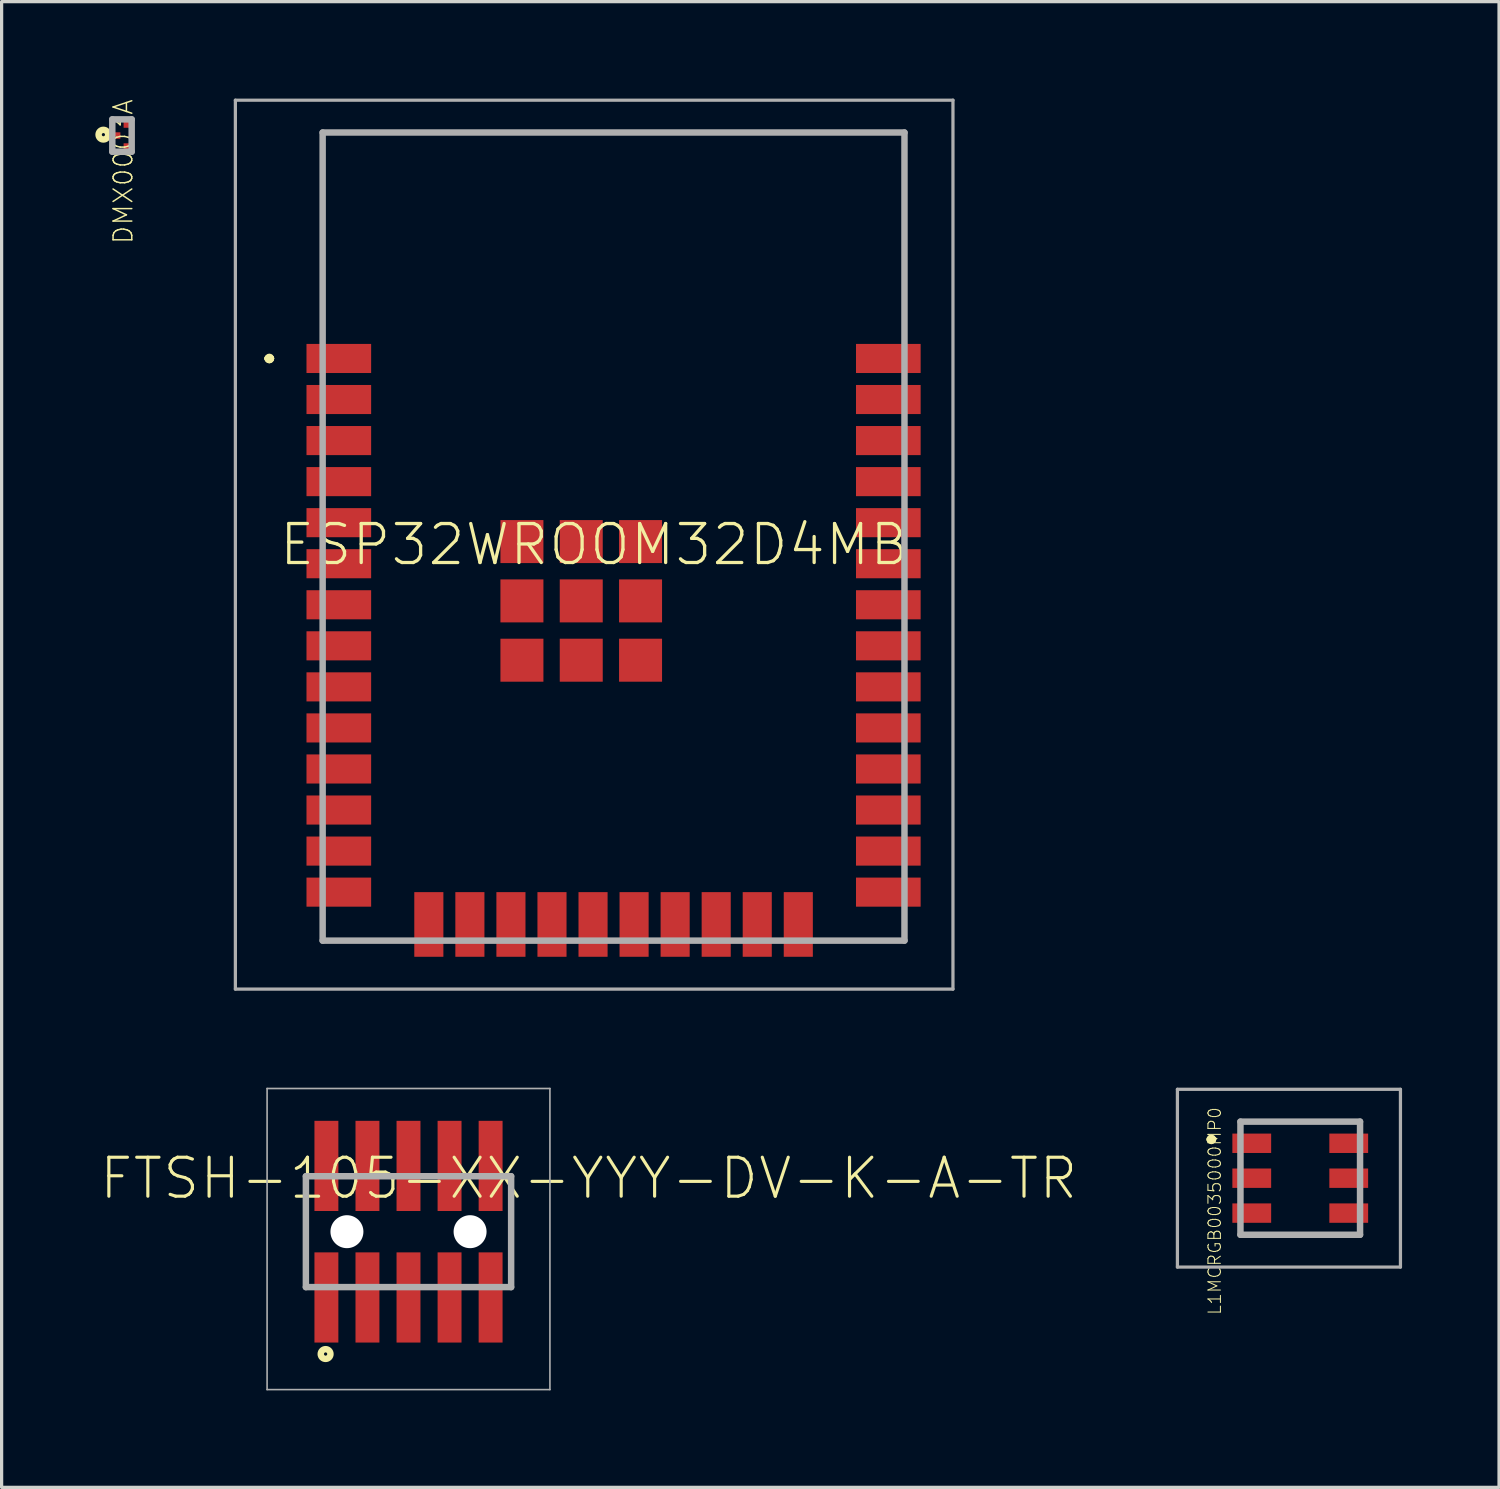
<source format=kicad_pcb>
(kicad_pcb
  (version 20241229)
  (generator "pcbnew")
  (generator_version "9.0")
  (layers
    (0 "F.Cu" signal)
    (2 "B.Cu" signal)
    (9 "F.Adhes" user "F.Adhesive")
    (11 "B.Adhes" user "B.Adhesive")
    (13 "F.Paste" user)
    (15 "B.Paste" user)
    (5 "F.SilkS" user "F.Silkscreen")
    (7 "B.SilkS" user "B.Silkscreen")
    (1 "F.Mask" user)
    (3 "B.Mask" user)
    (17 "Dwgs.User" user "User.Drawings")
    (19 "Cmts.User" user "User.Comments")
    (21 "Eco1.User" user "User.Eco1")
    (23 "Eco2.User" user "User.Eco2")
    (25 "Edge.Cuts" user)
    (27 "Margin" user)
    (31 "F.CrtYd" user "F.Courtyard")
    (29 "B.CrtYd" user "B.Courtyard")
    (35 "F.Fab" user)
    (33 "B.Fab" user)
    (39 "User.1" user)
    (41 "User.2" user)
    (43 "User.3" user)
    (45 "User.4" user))
  (footprint "L1MCRGB0035000MP0"
    (layer "F.Cu")
    (at 37.176 33.4)
    (property "Reference" "L1MCRGB0035000MP0" (at -2.647 1.016 90) (layer "F.SilkS") (effects (font (size 0.386 0.386) (thickness 0.031))))
    (attr through_hole)
    (fp_line (start -2.8 -1.2) (end -2.8 -1.2) (stroke (width 0.2) (type solid)) (layer "F.SilkS"))
    (fp_line (start -2.7 -1.2) (end -2.7 -1.2) (stroke (width 0.2) (type solid)) (layer "F.SilkS"))
    (fp_line (start -1.5 -1.75) (end 1.5 -1.75) (stroke (width 0.1) (type solid)) (layer "F.SilkS"))
    (fp_line (start -1.5 1.75) (end 1.8 1.75) (stroke (width 0.1) (type solid)) (layer "F.SilkS"))
    (fp_arc (start -2.8 -1.2) (mid -2.75 -1.25) (end -2.7 -1.2) (stroke (width 0.2) (type solid)) (layer "F.SilkS"))
    (fp_arc (start -2.7 -1.2) (mid -2.75 -1.15) (end -2.8 -1.2) (stroke (width 0.2) (type solid)) (layer "F.SilkS"))
    (fp_line (start -3.8 -2.75) (end 3.1 -2.75) (stroke (width 0.1) (type solid)) (layer "F.Fab"))
    (fp_line (start -3.8 2.75) (end -3.8 -2.75) (stroke (width 0.1) (type solid)) (layer "F.Fab"))
    (fp_line (start -1.85 -1.75) (end 1.85 -1.75) (stroke (width 0.2) (type solid)) (layer "F.Fab"))
    (fp_line (start -1.85 1.75) (end -1.85 -1.75) (stroke (width 0.2) (type solid)) (layer "F.Fab"))
    (fp_line (start 1.85 -1.75) (end 1.85 1.75) (stroke (width 0.2) (type solid)) (layer "F.Fab"))
    (fp_line (start 1.85 1.75) (end -1.85 1.75) (stroke (width 0.2) (type solid)) (layer "F.Fab"))
    (fp_line (start 3.1 -2.75) (end 3.1 2.75) (stroke (width 0.1) (type solid)) (layer "F.Fab"))
    (fp_line (start 3.1 2.75) (end -3.8 2.75) (stroke (width 0.1) (type solid)) (layer "F.Fab"))
    (pad "1" smd rect (at -1.5 -1.08) (size 1.2 0.6) (layers "F.Cu" "F.Mask" "F.Paste"))
    (pad "2" smd rect (at 1.5 -1.08) (size 1.2 0.6) (layers "F.Cu" "F.Mask" "F.Paste"))
    (pad "3" smd rect (at -1.5 0) (size 1.2 0.6) (layers "F.Cu" "F.Mask" "F.Paste"))
    (pad "4" smd rect (at 1.5 0) (size 1.2 0.6) (layers "F.Cu" "F.Mask" "F.Paste"))
    (pad "5" smd rect (at -1.5 1.08) (size 1.2 0.6) (layers "F.Cu" "F.Mask" "F.Paste"))
    (pad "6" smd rect (at 1.5 1.08) (size 1.2 0.6) (layers "F.Cu" "F.Mask" "F.Paste")))
  (footprint "DMX0003A"
    (layer "F.Cu")
    (at 0.724 1.143)
    (property "Reference" "DMX0003A" (at 0.037 1.116 270) (layer "F.SilkS") (effects (font (size 0.579 0.579) (thickness 0.046))))
    (attr through_hole)
    (fp_circle (center -0.575 -0.027) (end -0.526 -0.027) (stroke (width 0.2) (type solid)) (fill no) (layer "F.SilkS"))
    (fp_line (start -0.3 -0.5) (end 0.3 -0.5) (stroke (width 0.2) (type solid)) (layer "F.Fab"))
    (fp_line (start -0.3 0.5) (end -0.3 -0.5) (stroke (width 0.2) (type solid)) (layer "F.Fab"))
    (fp_line (start 0.3 -0.5) (end 0.3 0.5) (stroke (width 0.2) (type solid)) (layer "F.Fab"))
    (fp_line (start 0.3 0.5) (end -0.3 0.5) (stroke (width 0.2) (type solid)) (layer "F.Fab"))
    (pad "1" smd rect (at -0.15 0) (size 0.2 0.2) (layers "F.Cu" "F.Mask" "F.Paste"))
    (pad "2" smd rect (at 0.15 0.34) (size 0.2 0.2) (layers "F.Cu" "F.Mask" "F.Paste"))
    (pad "3" smd rect (at 0.15 -0.34) (size 0.2 0.2) (layers "F.Cu" "F.Mask" "F.Paste")))
  (footprint "FTSH-105-XX-YYY-DV-K-A-TR"
    (layer "F.Cu")
    (at 9.588 35.055)
    (property "Reference" "FTSH-105-XX-YYY-DV-K-A-TR" (at 5.575 -1.651 0) (layer "F.SilkS") (effects (font (size 1.206 1.206) (thickness 0.097))))
    (attr through_hole)
    (fp_line (start -3.175 1.715) (end -3.175 -1.715) (stroke (width 0.1) (type solid)) (layer "F.SilkS"))
    (fp_line (start 3.175 -1.715) (end 3.175 1.715) (stroke (width 0.1) (type solid)) (layer "F.SilkS"))
    (fp_circle (center -2.565 3.785) (end -2.515 3.785) (stroke (width 0.2) (type solid)) (fill no) (layer "F.SilkS"))
    (fp_line (start -4.375 -4.43) (end 4.375 -4.43) (stroke (width 0.05) (type solid)) (layer "F.Fab"))
    (fp_line (start -4.375 4.885) (end -4.375 -4.43) (stroke (width 0.05) (type solid)) (layer "F.Fab"))
    (fp_line (start -3.175 -1.715) (end 3.175 -1.715) (stroke (width 0.2) (type solid)) (layer "F.Fab"))
    (fp_line (start -3.175 1.715) (end -3.175 -1.715) (stroke (width 0.2) (type solid)) (layer "F.Fab"))
    (fp_line (start 3.175 -1.715) (end 3.175 1.715) (stroke (width 0.2) (type solid)) (layer "F.Fab"))
    (fp_line (start 3.175 1.715) (end -3.175 1.715) (stroke (width 0.2) (type solid)) (layer "F.Fab"))
    (fp_line (start 4.375 -4.43) (end 4.375 4.885) (stroke (width 0.05) (type solid)) (layer "F.Fab"))
    (fp_line (start 4.375 4.885) (end -4.375 4.885) (stroke (width 0.05) (type solid)) (layer "F.Fab"))
    (pad "" np_thru_hole circle (at -1.905 0) (size 1.02 1.02) (drill 1.02) (layers "*.Cu" "*.Mask"))
    (pad "" np_thru_hole circle (at 1.905 0) (size 1.02 1.02) (drill 1.02) (layers "*.Cu" "*.Mask"))
    (pad "1" smd rect (at -2.54 2.035 90) (size 2.79 0.74) (layers "F.Cu" "F.Mask" "F.Paste"))
    (pad "2" smd rect (at -2.54 -2.035 90) (size 2.79 0.74) (layers "F.Cu" "F.Mask" "F.Paste"))
    (pad "3" smd rect (at -1.27 2.035 90) (size 2.79 0.74) (layers "F.Cu" "F.Mask" "F.Paste"))
    (pad "4" smd rect (at -1.27 -2.035 90) (size 2.79 0.74) (layers "F.Cu" "F.Mask" "F.Paste"))
    (pad "5" smd rect (at 0 2.035 90) (size 2.79 0.74) (layers "F.Cu" "F.Mask" "F.Paste"))
    (pad "6" smd rect (at 0 -2.035 90) (size 2.79 0.74) (layers "F.Cu" "F.Mask" "F.Paste"))
    (pad "7" smd rect (at 1.27 2.035 90) (size 2.79 0.74) (layers "F.Cu" "F.Mask" "F.Paste"))
    (pad "8" smd rect (at 1.27 -2.035 90) (size 2.79 0.74) (layers "F.Cu" "F.Mask" "F.Paste"))
    (pad "9" smd rect (at 2.54 2.035 90) (size 2.79 0.74) (layers "F.Cu" "F.Mask" "F.Paste"))
    (pad "10" smd rect (at 2.54 -2.035 90) (size 2.79 0.74) (layers "F.Cu" "F.Mask" "F.Paste")))
  (footprint "ESP32WROOM32D4MB"
    (layer "F.Cu")
    (at 7.432 8.05)
    (property "Reference" "ESP32WROOM32D4MB" (at 7.9 5.75 0) (layer "F.SilkS") (effects (font (size 1.206 1.206) (thickness 0.102))))
    (attr through_hole)
    (fp_line (start -2.2 -0.01) (end -2.2 -0.01) (stroke (width 0.2) (type solid)) (layer "F.SilkS"))
    (fp_line (start -2.2 -0.01) (end -2.2 -0.01) (stroke (width 0.2) (type solid)) (layer "F.SilkS"))
    (fp_line (start -2.1 -0.01) (end -2.1 -0.01) (stroke (width 0.2) (type solid)) (layer "F.SilkS"))
    (fp_line (start -0.5 -7) (end -0.5 -7) (stroke (width 0.1) (type solid)) (layer "F.SilkS"))
    (fp_line (start -0.5 -7) (end -0.5 -7) (stroke (width 0.1) (type solid)) (layer "F.SilkS"))
    (fp_line (start -0.5 -7) (end -0.5 -1) (stroke (width 0.1) (type solid)) (layer "F.SilkS"))
    (fp_line (start -0.5 -7) (end 17.5 -7) (stroke (width 0.1) (type solid)) (layer "F.SilkS"))
    (fp_line (start -0.5 -1) (end -0.5 -7) (stroke (width 0.1) (type solid)) (layer "F.SilkS"))
    (fp_line (start -0.5 -1) (end -0.5 -1) (stroke (width 0.1) (type solid)) (layer "F.SilkS"))
    (fp_line (start -0.5 17.5) (end -0.5 17.5) (stroke (width 0.1) (type solid)) (layer "F.SilkS"))
    (fp_line (start -0.5 17.5) (end -0.5 18) (stroke (width 0.1) (type solid)) (layer "F.SilkS"))
    (fp_line (start -0.5 18) (end -0.5 17.5) (stroke (width 0.1) (type solid)) (layer "F.SilkS"))
    (fp_line (start -0.5 18) (end -0.5 18) (stroke (width 0.1) (type solid)) (layer "F.SilkS"))
    (fp_line (start -0.5 18) (end -0.5 18) (stroke (width 0.1) (type solid)) (layer "F.SilkS"))
    (fp_line (start -0.5 18) (end 1.75 18) (stroke (width 0.1) (type solid)) (layer "F.SilkS"))
    (fp_line (start 1.75 18) (end -0.5 18) (stroke (width 0.1) (type solid)) (layer "F.SilkS"))
    (fp_line (start 1.75 18) (end 1.75 18) (stroke (width 0.1) (type solid)) (layer "F.SilkS"))
    (fp_line (start 15.25 18) (end 15.25 18) (stroke (width 0.1) (type solid)) (layer "F.SilkS"))
    (fp_line (start 15.25 18) (end 17.5 18) (stroke (width 0.1) (type solid)) (layer "F.SilkS"))
    (fp_line (start 17.5 -7) (end -0.5 -7) (stroke (width 0.1) (type solid)) (layer "F.SilkS"))
    (fp_line (start 17.5 -7) (end 17.5 -7) (stroke (width 0.1) (type solid)) (layer "F.SilkS"))
    (fp_line (start 17.5 -7) (end 17.5 -7) (stroke (width 0.1) (type solid)) (layer "F.SilkS"))
    (fp_line (start 17.5 -7) (end 17.5 -1) (stroke (width 0.1) (type solid)) (layer "F.SilkS"))
    (fp_line (start 17.5 -1) (end 17.5 -7) (stroke (width 0.1) (type solid)) (layer "F.SilkS"))
    (fp_line (start 17.5 -1) (end 17.5 -1) (stroke (width 0.1) (type solid)) (layer "F.SilkS"))
    (fp_line (start 17.5 17.5) (end 17.5 17.5) (stroke (width 0.1) (type solid)) (layer "F.SilkS"))
    (fp_line (start 17.5 17.5) (end 17.5 18) (stroke (width 0.1) (type solid)) (layer "F.SilkS"))
    (fp_line (start 17.5 18) (end 15.25 18) (stroke (width 0.1) (type solid)) (layer "F.SilkS"))
    (fp_line (start 17.5 18) (end 17.5 17.5) (stroke (width 0.1) (type solid)) (layer "F.SilkS"))
    (fp_line (start 17.5 18) (end 17.5 18) (stroke (width 0.1) (type solid)) (layer "F.SilkS"))
    (fp_line (start 17.5 18) (end 17.5 18) (stroke (width 0.1) (type solid)) (layer "F.SilkS"))
    (fp_arc (start -2.2 -0.009998) (mid -2.150001 -0.059999) (end -2.1 -0.01) (stroke (width 0.2) (type solid)) (layer "F.SilkS"))
    (fp_arc (start -2.1 -0.01) (mid -2.15 0.04) (end -2.2 -0.01) (stroke (width 0.2) (type solid)) (layer "F.SilkS"))
    (fp_arc (start -2.1 -0.01) (mid -2.15 0.04) (end -2.2 -0.01) (stroke (width 0.2) (type solid)) (layer "F.SilkS"))
    (fp_line (start -3.2 -8) (end 19 -8) (stroke (width 0.1) (type solid)) (layer "F.Fab"))
    (fp_line (start -3.2 19.5) (end -3.2 -8) (stroke (width 0.1) (type solid)) (layer "F.Fab"))
    (fp_line (start -0.5 -7) (end -0.5 18) (stroke (width 0.2) (type solid)) (layer "F.Fab"))
    (fp_line (start -0.5 18) (end 17.5 18) (stroke (width 0.2) (type solid)) (layer "F.Fab"))
    (fp_line (start 17.5 -7) (end -0.5 -7) (stroke (width 0.2) (type solid)) (layer "F.Fab"))
    (fp_line (start 17.5 18) (end 17.5 -7) (stroke (width 0.2) (type solid)) (layer "F.Fab"))
    (fp_line (start 19 -8) (end 19 19.5) (stroke (width 0.1) (type solid)) (layer "F.Fab"))
    (fp_line (start 19 19.5) (end -3.2 19.5) (stroke (width 0.1) (type solid)) (layer "F.Fab"))
    (pad "1" smd rect (at 0 -0.01) (size 2 0.9) (layers "F.Cu" "F.Mask" "F.Paste"))
    (pad "2" smd rect (at 0 1.26) (size 2 0.9) (layers "F.Cu" "F.Mask" "F.Paste"))
    (pad "3" smd rect (at 0 2.53) (size 2 0.9) (layers "F.Cu" "F.Mask" "F.Paste"))
    (pad "4" smd rect (at 0 3.8) (size 2 0.9) (layers "F.Cu" "F.Mask" "F.Paste"))
    (pad "5" smd rect (at 0 5.07) (size 2 0.9) (layers "F.Cu" "F.Mask" "F.Paste"))
    (pad "6" smd rect (at 0 6.34) (size 2 0.9) (layers "F.Cu" "F.Mask" "F.Paste"))
    (pad "7" smd rect (at 0 7.61) (size 2 0.9) (layers "F.Cu" "F.Mask" "F.Paste"))
    (pad "8" smd rect (at 0 8.88) (size 2 0.9) (layers "F.Cu" "F.Mask" "F.Paste"))
    (pad "9" smd rect (at 0 10.15) (size 2 0.9) (layers "F.Cu" "F.Mask" "F.Paste"))
    (pad "10" smd rect (at 0 11.42) (size 2 0.9) (layers "F.Cu" "F.Mask" "F.Paste"))
    (pad "11" smd rect (at 0 12.69) (size 2 0.9) (layers "F.Cu" "F.Mask" "F.Paste"))
    (pad "12" smd rect (at 0 13.96) (size 2 0.9) (layers "F.Cu" "F.Mask" "F.Paste"))
    (pad "13" smd rect (at 0 15.23) (size 2 0.9) (layers "F.Cu" "F.Mask" "F.Paste"))
    (pad "14" smd rect (at 0 16.5) (size 2 0.9) (layers "F.Cu" "F.Mask" "F.Paste"))
    (pad "15" smd rect (at 2.785 17.5 90) (size 2 0.9) (layers "F.Cu" "F.Mask" "F.Paste"))
    (pad "16" smd rect (at 4.055 17.5 90) (size 2 0.9) (layers "F.Cu" "F.Mask" "F.Paste"))
    (pad "17" smd rect (at 5.325 17.5 90) (size 2 0.9) (layers "F.Cu" "F.Mask" "F.Paste"))
    (pad "18" smd rect (at 6.595 17.5 90) (size 2 0.9) (layers "F.Cu" "F.Mask" "F.Paste"))
    (pad "19" smd rect (at 7.865 17.5 90) (size 2 0.9) (layers "F.Cu" "F.Mask" "F.Paste"))
    (pad "20" smd rect (at 9.135 17.5 90) (size 2 0.9) (layers "F.Cu" "F.Mask" "F.Paste"))
    (pad "21" smd rect (at 10.405 17.5 90) (size 2 0.9) (layers "F.Cu" "F.Mask" "F.Paste"))
    (pad "22" smd rect (at 11.675 17.5 90) (size 2 0.9) (layers "F.Cu" "F.Mask" "F.Paste"))
    (pad "23" smd rect (at 12.945 17.5 90) (size 2 0.9) (layers "F.Cu" "F.Mask" "F.Paste"))
    (pad "24" smd rect (at 14.215 17.5 90) (size 2 0.9) (layers "F.Cu" "F.Mask" "F.Paste"))
    (pad "25" smd rect (at 17 16.5) (size 2 0.9) (layers "F.Cu" "F.Mask" "F.Paste"))
    (pad "26" smd rect (at 17 15.23) (size 2 0.9) (layers "F.Cu" "F.Mask" "F.Paste"))
    (pad "27" smd rect (at 17 13.96) (size 2 0.9) (layers "F.Cu" "F.Mask" "F.Paste"))
    (pad "28" smd rect (at 17 12.69) (size 2 0.9) (layers "F.Cu" "F.Mask" "F.Paste"))
    (pad "29" smd rect (at 17 11.42) (size 2 0.9) (layers "F.Cu" "F.Mask" "F.Paste"))
    (pad "30" smd rect (at 17 10.15) (size 2 0.9) (layers "F.Cu" "F.Mask" "F.Paste"))
    (pad "31" smd rect (at 17 8.88) (size 2 0.9) (layers "F.Cu" "F.Mask" "F.Paste"))
    (pad "32" smd rect (at 17 7.61) (size 2 0.9) (layers "F.Cu" "F.Mask" "F.Paste"))
    (pad "33" smd rect (at 17 6.34) (size 2 0.9) (layers "F.Cu" "F.Mask" "F.Paste"))
    (pad "34" smd rect (at 17 5.07) (size 2 0.9) (layers "F.Cu" "F.Mask" "F.Paste"))
    (pad "35" smd rect (at 17 3.8) (size 2 0.9) (layers "F.Cu" "F.Mask" "F.Paste"))
    (pad "36" smd rect (at 17 2.53) (size 2 0.9) (layers "F.Cu" "F.Mask" "F.Paste"))
    (pad "37" smd rect (at 17 1.26) (size 2 0.9) (layers "F.Cu" "F.Mask" "F.Paste"))
    (pad "38" smd rect (at 17 -0.01) (size 2 0.9) (layers "F.Cu" "F.Mask" "F.Paste"))
    (pad "39" smd rect (at 5.665 5.655) (size 1.33 1.33) (layers "F.Cu" "F.Mask" "F.Paste"))
    (pad "40" smd rect (at 5.665 7.49) (size 1.33 1.33) (layers "F.Cu" "F.Mask" "F.Paste"))
    (pad "41" smd rect (at 5.665 9.325) (size 1.33 1.33) (layers "F.Cu" "F.Mask" "F.Paste"))
    (pad "42" smd rect (at 7.5 9.325) (size 1.33 1.33) (layers "F.Cu" "F.Mask" "F.Paste"))
    (pad "43" smd rect (at 9.335 9.325) (size 1.33 1.33) (layers "F.Cu" "F.Mask" "F.Paste"))
    (pad "44" smd rect (at 9.335 7.49) (size 1.33 1.33) (layers "F.Cu" "F.Mask" "F.Paste"))
    (pad "45" smd rect (at 9.335 5.655) (size 1.33 1.33) (layers "F.Cu" "F.Mask" "F.Paste"))
    (pad "46" smd rect (at 7.5 5.655) (size 1.33 1.33) (layers "F.Cu" "F.Mask" "F.Paste"))
    (pad "47" smd rect (at 7.5 7.49) (size 1.33 1.33) (layers "F.Cu" "F.Mask" "F.Paste")))
  (gr_rect
    (start -3 -3)
    (end 43.326 42.965)
    (stroke (width 0.1) (type default))
    (fill no)
    (layer "Edge.Cuts")))
</source>
